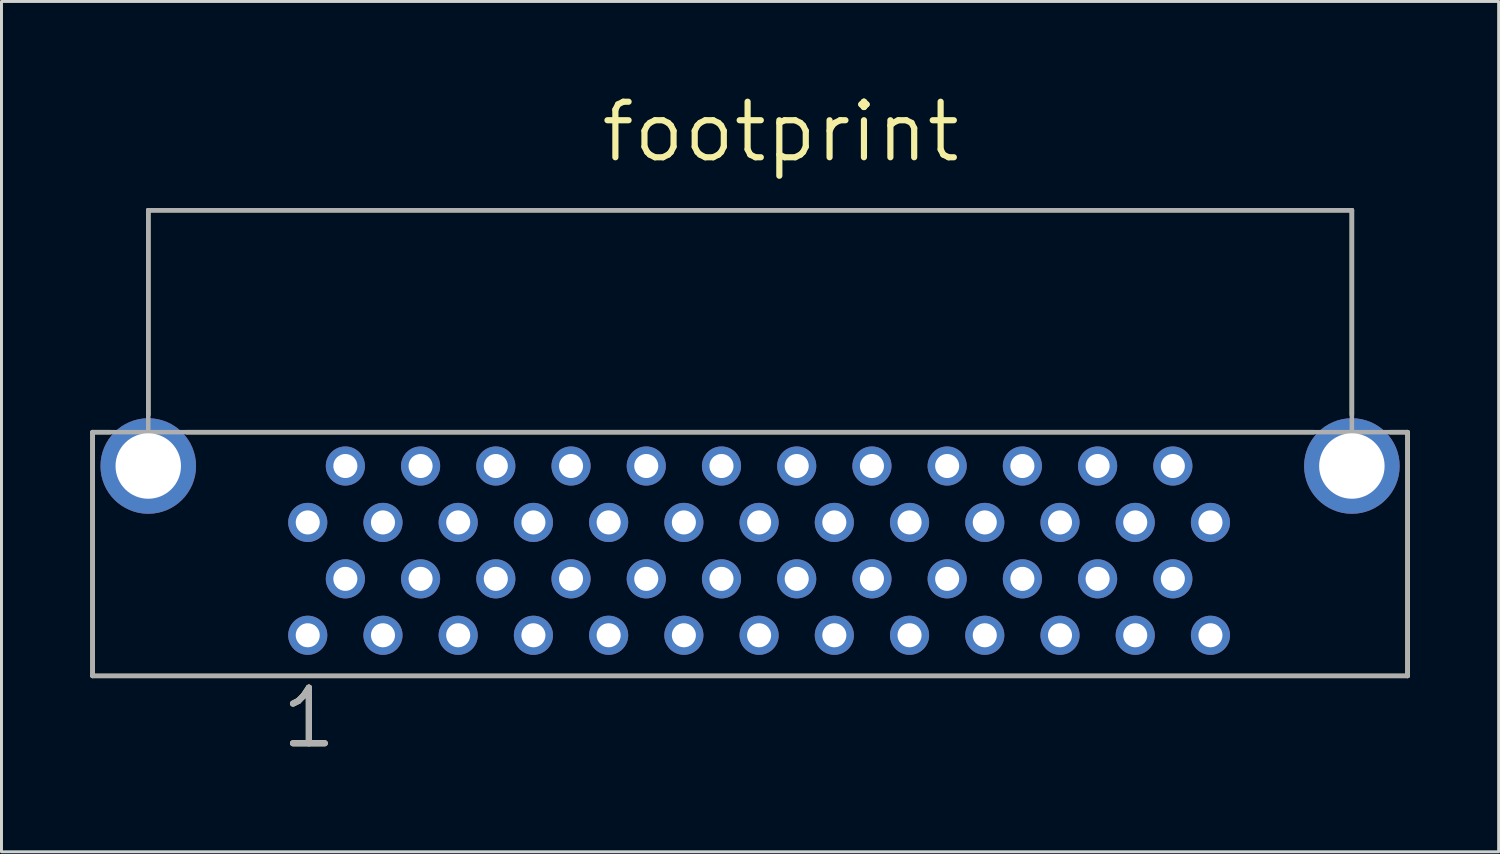
<source format=kicad_pcb>
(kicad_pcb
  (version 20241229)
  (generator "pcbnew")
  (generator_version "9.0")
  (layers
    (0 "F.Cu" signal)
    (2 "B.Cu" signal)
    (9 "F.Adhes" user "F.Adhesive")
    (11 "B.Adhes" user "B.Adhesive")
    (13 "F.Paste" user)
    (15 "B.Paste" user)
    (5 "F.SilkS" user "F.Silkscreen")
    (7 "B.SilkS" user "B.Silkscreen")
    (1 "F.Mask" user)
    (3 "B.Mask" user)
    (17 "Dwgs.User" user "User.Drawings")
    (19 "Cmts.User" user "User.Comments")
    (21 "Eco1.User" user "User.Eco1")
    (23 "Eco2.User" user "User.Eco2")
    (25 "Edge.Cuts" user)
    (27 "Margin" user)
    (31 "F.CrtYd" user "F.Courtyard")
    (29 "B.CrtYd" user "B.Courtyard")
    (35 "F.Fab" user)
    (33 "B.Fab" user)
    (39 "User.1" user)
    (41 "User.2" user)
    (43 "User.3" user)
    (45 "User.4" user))
  (footprint "footprint"
    (layer "F.Cu")
    (at 22.276 11.542)
    (property "Reference" "footprint" (at -5.131 -9.042 0) (layer "F.SilkS") (effects (font (size 1.875 1.875) (thickness 0.208)) (justify left bottom)))
    (fp_line (start -22.2 0) (end -22.2 8.23) (stroke (width 0.152) (type solid)) (layer "F.SilkS"))
    (fp_line (start -22.2 8.23) (end 22.2 8.23) (stroke (width 0.152) (type solid)) (layer "F.SilkS"))
    (fp_line (start -21.615 0) (end -22.2 0) (stroke (width 0.152) (type solid)) (layer "F.SilkS"))
    (fp_line (start -20.32 -7.493) (end -20.32 -0.584) (stroke (width 0.152) (type solid)) (layer "F.SilkS"))
    (fp_line (start -19.025 0) (end 19.025 0) (stroke (width 0.152) (type solid)) (layer "F.SilkS"))
    (fp_line (start 20.32 -7.493) (end -20.32 -7.493) (stroke (width 0.152) (type solid)) (layer "F.SilkS"))
    (fp_line (start 20.32 -0.584) (end 20.32 -7.493) (stroke (width 0.152) (type solid)) (layer "F.SilkS"))
    (fp_line (start 22.2 0) (end 21.615 0) (stroke (width 0.152) (type solid)) (layer "F.SilkS"))
    (fp_line (start 22.2 8.23) (end 22.2 0) (stroke (width 0.152) (type solid)) (layer "F.SilkS"))
    (fp_line (start -22.2 0) (end -22.2 8.23) (stroke (width 0.152) (type solid)) (layer "F.Fab"))
    (fp_line (start -22.2 0) (end -20.32 0) (stroke (width 0.152) (type solid)) (layer "F.Fab"))
    (fp_line (start -22.2 8.23) (end 22.2 8.23) (stroke (width 0.152) (type solid)) (layer "F.Fab"))
    (fp_line (start -20.32 -7.493) (end -20.32 0) (stroke (width 0.152) (type solid)) (layer "F.Fab"))
    (fp_line (start -20.32 0) (end 20.32 0) (stroke (width 0.152) (type solid)) (layer "F.Fab"))
    (fp_line (start 20.32 -7.493) (end -20.32 -7.493) (stroke (width 0.152) (type solid)) (layer "F.Fab"))
    (fp_line (start 20.32 0) (end 20.32 -7.493) (stroke (width 0.152) (type solid)) (layer "F.Fab"))
    (fp_line (start 22.2 0) (end 20.32 0) (stroke (width 0.152) (type solid)) (layer "F.Fab"))
    (fp_line (start 22.2 8.23) (end 22.2 0) (stroke (width 0.152) (type solid)) (layer "F.Fab"))
    (fp_text user "1" (at -15.926 10.744 0) (layer "F.SilkS") (effects (font (size 1.875 1.875) (thickness 0.208)) (justify left bottom)))
    (fp_text user "1" (at -15.926 10.744 0) (layer "F.Fab") (effects (font (size 1.875 1.875) (thickness 0.208)) (justify left bottom)))
    (pad "1" thru_hole circle (at -14.935 6.858) (size 1.321 1.321) (drill 0.813) (layers "*.Cu" "*.Mask"))
    (pad "2" thru_hole circle (at -13.665 4.953) (size 1.321 1.321) (drill 0.813) (layers "*.Cu" "*.Mask"))
    (pad "3" thru_hole circle (at -12.395 6.858) (size 1.321 1.321) (drill 0.813) (layers "*.Cu" "*.Mask"))
    (pad "4" thru_hole circle (at -11.125 4.953) (size 1.321 1.321) (drill 0.813) (layers "*.Cu" "*.Mask"))
    (pad "5" thru_hole circle (at -9.855 6.858) (size 1.321 1.321) (drill 0.813) (layers "*.Cu" "*.Mask"))
    (pad "6" thru_hole circle (at -8.585 4.953) (size 1.321 1.321) (drill 0.813) (layers "*.Cu" "*.Mask"))
    (pad "7" thru_hole circle (at -7.315 6.858) (size 1.321 1.321) (drill 0.813) (layers "*.Cu" "*.Mask"))
    (pad "8" thru_hole circle (at -6.045 4.953) (size 1.321 1.321) (drill 0.813) (layers "*.Cu" "*.Mask"))
    (pad "9" thru_hole circle (at -4.775 6.858) (size 1.321 1.321) (drill 0.813) (layers "*.Cu" "*.Mask"))
    (pad "10" thru_hole circle (at -3.505 4.953) (size 1.321 1.321) (drill 0.813) (layers "*.Cu" "*.Mask"))
    (pad "11" thru_hole circle (at -2.235 6.858) (size 1.321 1.321) (drill 0.813) (layers "*.Cu" "*.Mask"))
    (pad "12" thru_hole circle (at -0.965 4.953) (size 1.321 1.321) (drill 0.813) (layers "*.Cu" "*.Mask"))
    (pad "13" thru_hole circle (at 0.305 6.858) (size 1.321 1.321) (drill 0.813) (layers "*.Cu" "*.Mask"))
    (pad "14" thru_hole circle (at 1.575 4.953) (size 1.321 1.321) (drill 0.813) (layers "*.Cu" "*.Mask"))
    (pad "15" thru_hole circle (at 2.845 6.858) (size 1.321 1.321) (drill 0.813) (layers "*.Cu" "*.Mask"))
    (pad "16" thru_hole circle (at 4.115 4.953) (size 1.321 1.321) (drill 0.813) (layers "*.Cu" "*.Mask"))
    (pad "17" thru_hole circle (at 5.385 6.858) (size 1.321 1.321) (drill 0.813) (layers "*.Cu" "*.Mask"))
    (pad "18" thru_hole circle (at 6.655 4.953) (size 1.321 1.321) (drill 0.813) (layers "*.Cu" "*.Mask"))
    (pad "19" thru_hole circle (at 7.925 6.858) (size 1.321 1.321) (drill 0.813) (layers "*.Cu" "*.Mask"))
    (pad "20" thru_hole circle (at 9.195 4.953) (size 1.321 1.321) (drill 0.813) (layers "*.Cu" "*.Mask"))
    (pad "21" thru_hole circle (at 10.465 6.858) (size 1.321 1.321) (drill 0.813) (layers "*.Cu" "*.Mask"))
    (pad "22" thru_hole circle (at 11.735 4.953) (size 1.321 1.321) (drill 0.813) (layers "*.Cu" "*.Mask"))
    (pad "23" thru_hole circle (at 13.005 6.858) (size 1.321 1.321) (drill 0.813) (layers "*.Cu" "*.Mask"))
    (pad "24" thru_hole circle (at 14.275 4.953) (size 1.321 1.321) (drill 0.813) (layers "*.Cu" "*.Mask"))
    (pad "25" thru_hole circle (at 15.545 6.858) (size 1.321 1.321) (drill 0.813) (layers "*.Cu" "*.Mask"))
    (pad "26" thru_hole circle (at -14.935 3.048) (size 1.321 1.321) (drill 0.813) (layers "*.Cu" "*.Mask"))
    (pad "27" thru_hole circle (at -13.665 1.143) (size 1.321 1.321) (drill 0.813) (layers "*.Cu" "*.Mask"))
    (pad "28" thru_hole circle (at -12.395 3.048) (size 1.321 1.321) (drill 0.813) (layers "*.Cu" "*.Mask"))
    (pad "29" thru_hole circle (at -11.125 1.143) (size 1.321 1.321) (drill 0.813) (layers "*.Cu" "*.Mask"))
    (pad "30" thru_hole circle (at -9.855 3.048) (size 1.321 1.321) (drill 0.813) (layers "*.Cu" "*.Mask"))
    (pad "31" thru_hole circle (at -8.585 1.143) (size 1.321 1.321) (drill 0.813) (layers "*.Cu" "*.Mask"))
    (pad "32" thru_hole circle (at -7.315 3.048) (size 1.321 1.321) (drill 0.813) (layers "*.Cu" "*.Mask"))
    (pad "33" thru_hole circle (at -6.045 1.143) (size 1.321 1.321) (drill 0.813) (layers "*.Cu" "*.Mask"))
    (pad "34" thru_hole circle (at -4.775 3.048) (size 1.321 1.321) (drill 0.813) (layers "*.Cu" "*.Mask"))
    (pad "35" thru_hole circle (at -3.505 1.143) (size 1.321 1.321) (drill 0.813) (layers "*.Cu" "*.Mask"))
    (pad "36" thru_hole circle (at -2.235 3.048) (size 1.321 1.321) (drill 0.813) (layers "*.Cu" "*.Mask"))
    (pad "37" thru_hole circle (at -0.965 1.143) (size 1.321 1.321) (drill 0.813) (layers "*.Cu" "*.Mask"))
    (pad "38" thru_hole circle (at 0.305 3.048) (size 1.321 1.321) (drill 0.813) (layers "*.Cu" "*.Mask"))
    (pad "39" thru_hole circle (at 1.575 1.143) (size 1.321 1.321) (drill 0.813) (layers "*.Cu" "*.Mask"))
    (pad "40" thru_hole circle (at 2.845 3.048) (size 1.321 1.321) (drill 0.813) (layers "*.Cu" "*.Mask"))
    (pad "41" thru_hole circle (at 4.115 1.143) (size 1.321 1.321) (drill 0.813) (layers "*.Cu" "*.Mask"))
    (pad "42" thru_hole circle (at 5.385 3.048) (size 1.321 1.321) (drill 0.813) (layers "*.Cu" "*.Mask"))
    (pad "43" thru_hole circle (at 6.655 1.143) (size 1.321 1.321) (drill 0.813) (layers "*.Cu" "*.Mask"))
    (pad "44" thru_hole circle (at 7.925 3.048) (size 1.321 1.321) (drill 0.813) (layers "*.Cu" "*.Mask"))
    (pad "45" thru_hole circle (at 9.195 1.143) (size 1.321 1.321) (drill 0.813) (layers "*.Cu" "*.Mask"))
    (pad "46" thru_hole circle (at 10.465 3.048) (size 1.321 1.321) (drill 0.813) (layers "*.Cu" "*.Mask"))
    (pad "47" thru_hole circle (at 11.735 1.143) (size 1.321 1.321) (drill 0.813) (layers "*.Cu" "*.Mask"))
    (pad "48" thru_hole circle (at 13.005 3.048) (size 1.321 1.321) (drill 0.813) (layers "*.Cu" "*.Mask"))
    (pad "49" thru_hole circle (at 14.275 1.143) (size 1.321 1.321) (drill 0.813) (layers "*.Cu" "*.Mask"))
    (pad "50" thru_hole circle (at 15.545 3.048) (size 1.321 1.321) (drill 0.813) (layers "*.Cu" "*.Mask"))
    (pad "51" thru_hole circle (at -20.32 1.143) (size 3.226 3.226) (drill 2.21) (layers "*.Cu" "*.Mask"))
    (pad "52" thru_hole circle (at 20.32 1.143) (size 3.226 3.226) (drill 2.21) (layers "*.Cu" "*.Mask")))
  (gr_rect
    (start -3 -3)
    (end 47.552 25.711)
    (stroke (width 0.1) (type default))
    (fill no)
    (layer "Edge.Cuts")))
</source>
